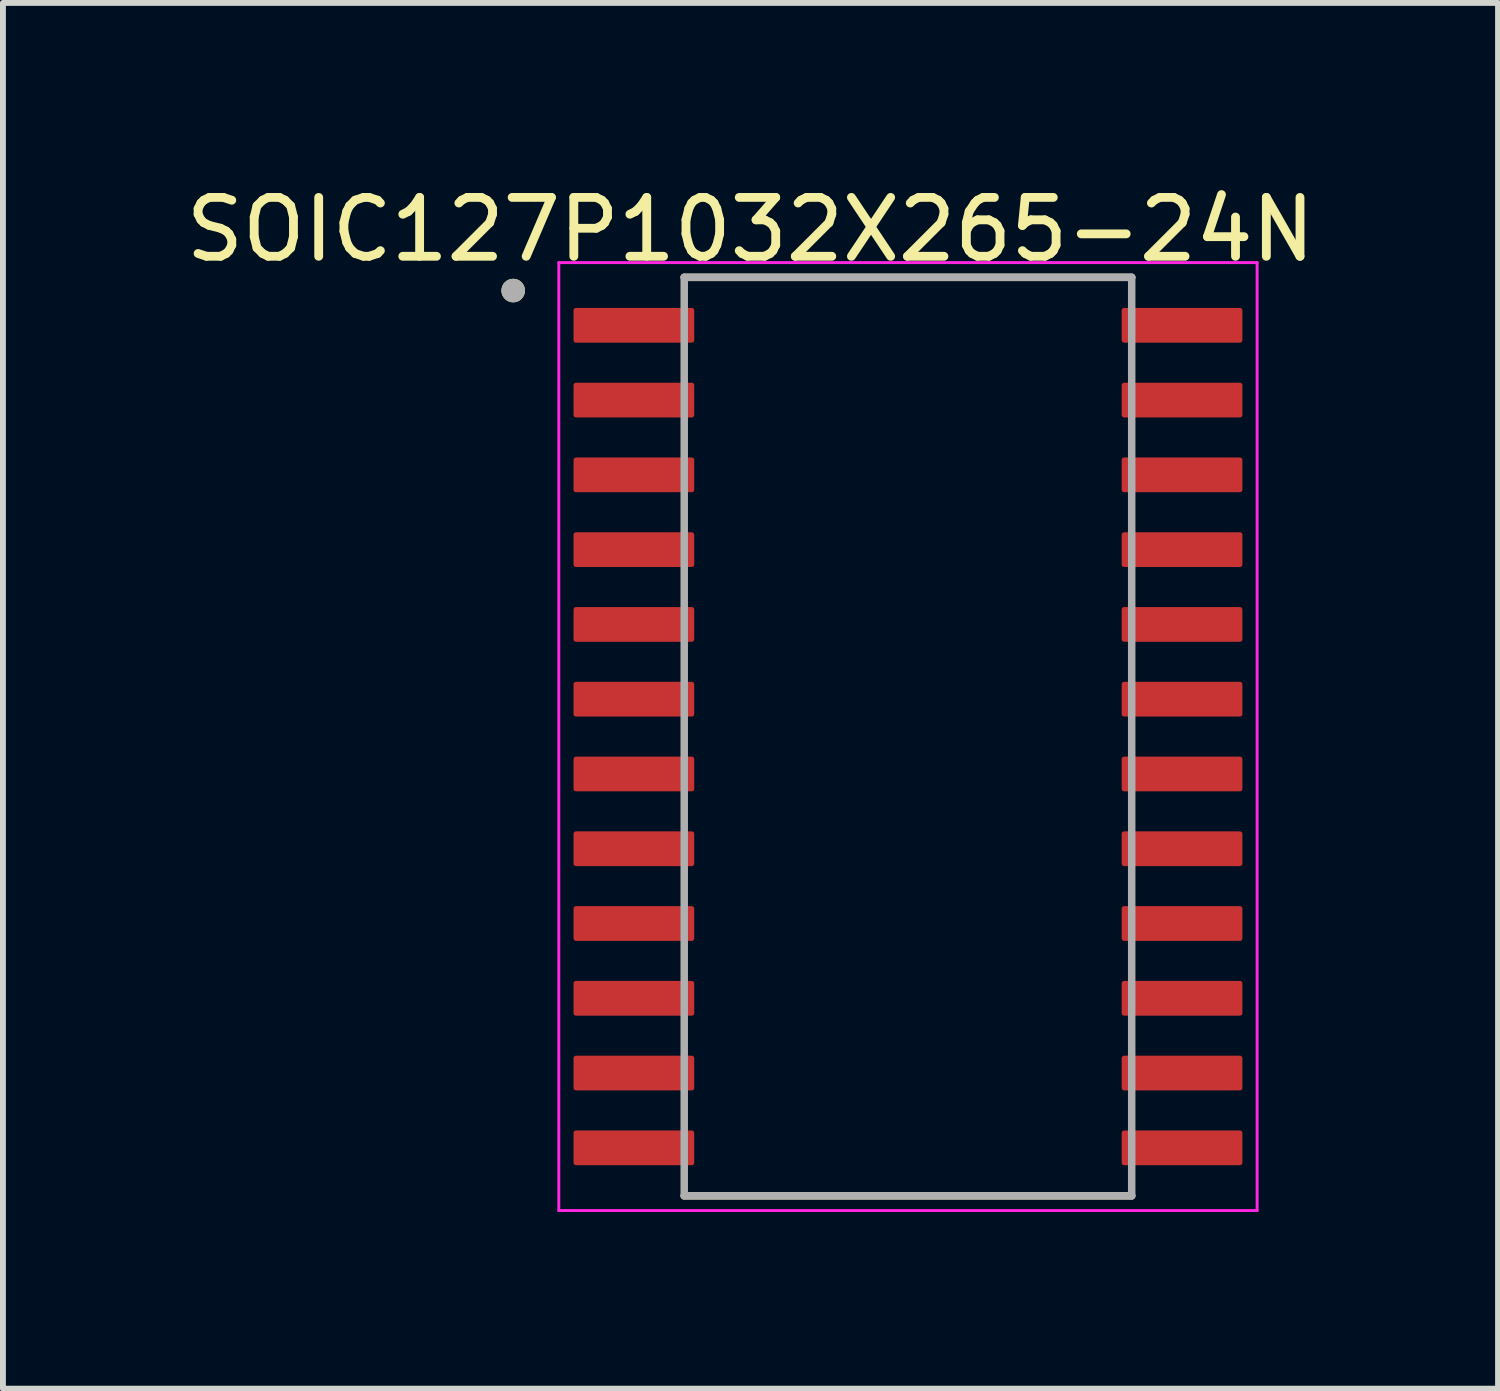
<source format=kicad_pcb>
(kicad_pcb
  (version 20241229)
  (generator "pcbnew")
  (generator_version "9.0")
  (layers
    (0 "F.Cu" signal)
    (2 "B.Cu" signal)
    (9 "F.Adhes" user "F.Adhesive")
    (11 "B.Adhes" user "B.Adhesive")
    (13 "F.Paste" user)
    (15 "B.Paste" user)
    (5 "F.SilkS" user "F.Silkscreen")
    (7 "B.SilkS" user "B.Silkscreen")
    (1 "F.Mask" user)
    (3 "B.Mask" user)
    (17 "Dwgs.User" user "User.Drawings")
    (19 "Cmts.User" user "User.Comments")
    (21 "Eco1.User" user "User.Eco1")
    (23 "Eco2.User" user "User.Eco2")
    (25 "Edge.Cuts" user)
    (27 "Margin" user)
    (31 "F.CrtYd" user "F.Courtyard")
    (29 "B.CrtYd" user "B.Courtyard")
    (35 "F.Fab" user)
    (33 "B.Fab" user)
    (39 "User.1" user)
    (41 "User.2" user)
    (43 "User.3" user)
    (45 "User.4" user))
  (footprint "SOIC127P1032X265-24N"
    (layer "F.Cu")
    (at 12.371 9.46)
    (property "Reference" "SOIC127P1032X265-24N" (at -2.675 -8.612 0) (layer "F.SilkS") (effects (font (size 1 1) (thickness 0.15))))
    (attr smd)
    (fp_line (start -3.8 -7.8) (end 3.8 -7.8) (stroke (width 0.127) (type solid)) (layer "F.SilkS"))
    (fp_line (start -3.8 7.8) (end 3.8 7.8) (stroke (width 0.127) (type solid)) (layer "F.SilkS"))
    (fp_circle (center -6.705 -7.575) (end -6.605 -7.575) (stroke (width 0.2) (type solid)) (fill no) (layer "F.SilkS"))
    (fp_line (start -5.93 -8.05) (end -5.93 8.05) (stroke (width 0.05) (type solid)) (layer "F.CrtYd"))
    (fp_line (start -5.93 -8.05) (end 5.93 -8.05) (stroke (width 0.05) (type solid)) (layer "F.CrtYd"))
    (fp_line (start -5.93 8.05) (end 5.93 8.05) (stroke (width 0.05) (type solid)) (layer "F.CrtYd"))
    (fp_line (start 5.93 -8.05) (end 5.93 8.05) (stroke (width 0.05) (type solid)) (layer "F.CrtYd"))
    (fp_line (start -3.8 -7.8) (end -3.8 7.8) (stroke (width 0.127) (type solid)) (layer "F.Fab"))
    (fp_line (start -3.8 -7.8) (end 3.8 -7.8) (stroke (width 0.127) (type solid)) (layer "F.Fab"))
    (fp_line (start -3.8 7.8) (end 3.8 7.8) (stroke (width 0.127) (type solid)) (layer "F.Fab"))
    (fp_line (start 3.8 -7.8) (end 3.8 7.8) (stroke (width 0.127) (type solid)) (layer "F.Fab"))
    (fp_circle (center -6.705 -7.575) (end -6.605 -7.575) (stroke (width 0.2) (type solid)) (fill no) (layer "F.Fab"))
    (pad "1" smd roundrect (at -4.655 -6.985) (size 2.05 0.59) (layers "F.Cu" "F.Mask" "F.Paste") (roundrect_rratio 0.07))
    (pad "2" smd roundrect (at -4.655 -5.715) (size 2.05 0.59) (layers "F.Cu" "F.Mask" "F.Paste") (roundrect_rratio 0.07))
    (pad "3" smd roundrect (at -4.655 -4.445) (size 2.05 0.59) (layers "F.Cu" "F.Mask" "F.Paste") (roundrect_rratio 0.07))
    (pad "4" smd roundrect (at -4.655 -3.175) (size 2.05 0.59) (layers "F.Cu" "F.Mask" "F.Paste") (roundrect_rratio 0.07))
    (pad "5" smd roundrect (at -4.655 -1.905) (size 2.05 0.59) (layers "F.Cu" "F.Mask" "F.Paste") (roundrect_rratio 0.07))
    (pad "6" smd roundrect (at -4.655 -0.635) (size 2.05 0.59) (layers "F.Cu" "F.Mask" "F.Paste") (roundrect_rratio 0.07))
    (pad "7" smd roundrect (at -4.655 0.635) (size 2.05 0.59) (layers "F.Cu" "F.Mask" "F.Paste") (roundrect_rratio 0.07))
    (pad "8" smd roundrect (at -4.655 1.905) (size 2.05 0.59) (layers "F.Cu" "F.Mask" "F.Paste") (roundrect_rratio 0.07))
    (pad "9" smd roundrect (at -4.655 3.175) (size 2.05 0.59) (layers "F.Cu" "F.Mask" "F.Paste") (roundrect_rratio 0.07))
    (pad "10" smd roundrect (at -4.655 4.445) (size 2.05 0.59) (layers "F.Cu" "F.Mask" "F.Paste") (roundrect_rratio 0.07))
    (pad "11" smd roundrect (at -4.655 5.715) (size 2.05 0.59) (layers "F.Cu" "F.Mask" "F.Paste") (roundrect_rratio 0.07))
    (pad "12" smd roundrect (at -4.655 6.985) (size 2.05 0.59) (layers "F.Cu" "F.Mask" "F.Paste") (roundrect_rratio 0.07))
    (pad "13" smd roundrect (at 4.655 6.985) (size 2.05 0.59) (layers "F.Cu" "F.Mask" "F.Paste") (roundrect_rratio 0.07))
    (pad "14" smd roundrect (at 4.655 5.715) (size 2.05 0.59) (layers "F.Cu" "F.Mask" "F.Paste") (roundrect_rratio 0.07))
    (pad "15" smd roundrect (at 4.655 4.445) (size 2.05 0.59) (layers "F.Cu" "F.Mask" "F.Paste") (roundrect_rratio 0.07))
    (pad "16" smd roundrect (at 4.655 3.175) (size 2.05 0.59) (layers "F.Cu" "F.Mask" "F.Paste") (roundrect_rratio 0.07))
    (pad "17" smd roundrect (at 4.655 1.905) (size 2.05 0.59) (layers "F.Cu" "F.Mask" "F.Paste") (roundrect_rratio 0.07))
    (pad "18" smd roundrect (at 4.655 0.635) (size 2.05 0.59) (layers "F.Cu" "F.Mask" "F.Paste") (roundrect_rratio 0.07))
    (pad "19" smd roundrect (at 4.655 -0.635) (size 2.05 0.59) (layers "F.Cu" "F.Mask" "F.Paste") (roundrect_rratio 0.07))
    (pad "20" smd roundrect (at 4.655 -1.905) (size 2.05 0.59) (layers "F.Cu" "F.Mask" "F.Paste") (roundrect_rratio 0.07))
    (pad "21" smd roundrect (at 4.655 -3.175) (size 2.05 0.59) (layers "F.Cu" "F.Mask" "F.Paste") (roundrect_rratio 0.07))
    (pad "22" smd roundrect (at 4.655 -4.445) (size 2.05 0.59) (layers "F.Cu" "F.Mask" "F.Paste") (roundrect_rratio 0.07))
    (pad "23" smd roundrect (at 4.655 -5.715) (size 2.05 0.59) (layers "F.Cu" "F.Mask" "F.Paste") (roundrect_rratio 0.07))
    (pad "24" smd roundrect (at 4.655 -6.985) (size 2.05 0.59) (layers "F.Cu" "F.Mask" "F.Paste") (roundrect_rratio 0.07)))
  (gr_rect
    (start -3 -3)
    (end 22.393 20.535)
    (stroke (width 0.1) (type default))
    (fill no)
    (layer "Edge.Cuts")))
</source>
